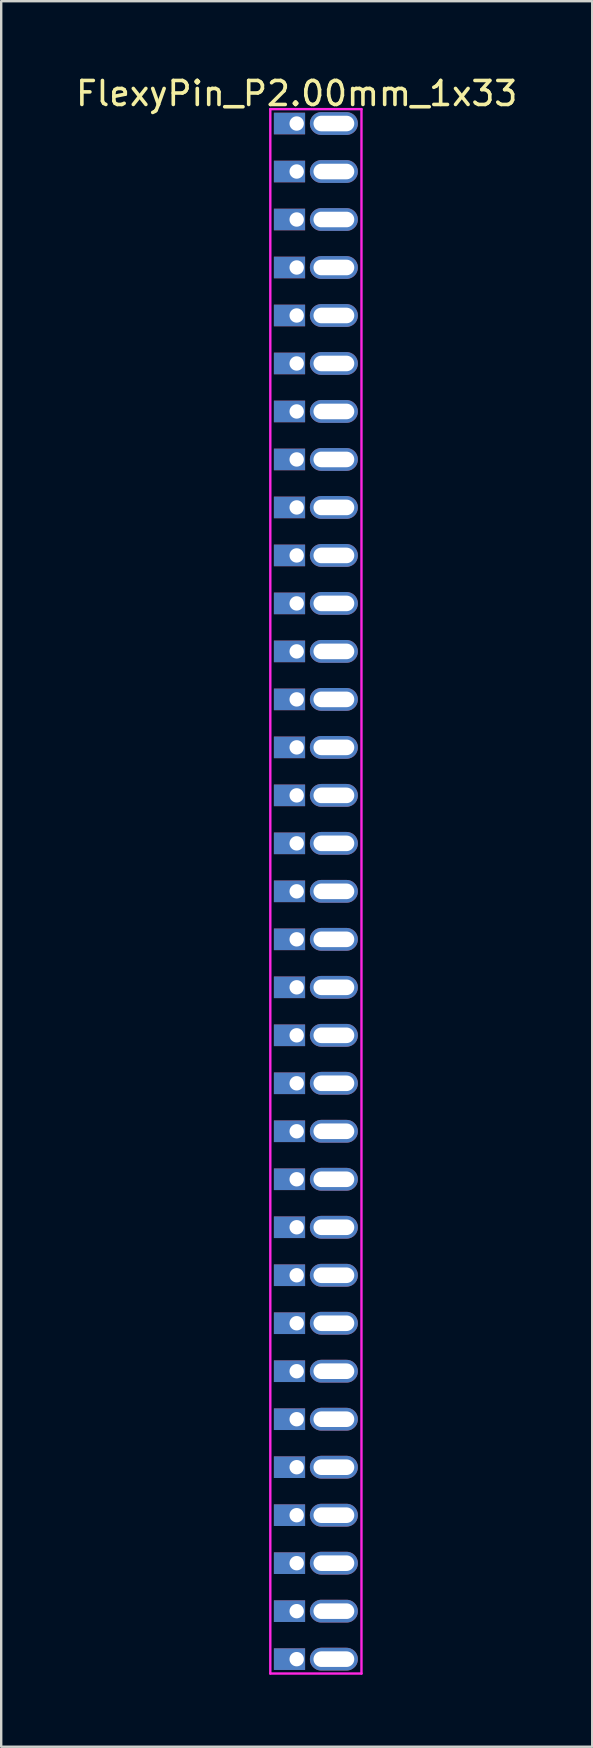
<source format=kicad_pcb>
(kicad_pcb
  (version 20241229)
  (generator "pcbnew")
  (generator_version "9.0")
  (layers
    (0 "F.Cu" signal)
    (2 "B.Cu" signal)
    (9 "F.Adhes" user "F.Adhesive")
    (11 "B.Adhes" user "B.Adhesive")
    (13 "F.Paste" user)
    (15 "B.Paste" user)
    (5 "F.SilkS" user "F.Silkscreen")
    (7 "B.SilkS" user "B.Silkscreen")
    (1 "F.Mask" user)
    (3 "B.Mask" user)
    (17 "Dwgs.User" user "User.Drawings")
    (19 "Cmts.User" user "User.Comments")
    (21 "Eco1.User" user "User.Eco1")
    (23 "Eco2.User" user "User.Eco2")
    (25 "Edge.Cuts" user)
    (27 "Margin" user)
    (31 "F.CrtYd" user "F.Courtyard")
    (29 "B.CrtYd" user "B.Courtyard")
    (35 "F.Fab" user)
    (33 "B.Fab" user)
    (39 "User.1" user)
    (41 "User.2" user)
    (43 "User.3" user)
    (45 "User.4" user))
  (footprint "FlexyPin_P2.00mm_1x33"
    (layer "F.Cu")
    (at 9.315 2.098)
    (property "Reference" "FlexyPin_P2.00mm_1x33" (at 0 -1.25 0) (layer "F.SilkS") (effects (font (size 1 1) (thickness 0.15))))
    (attr through_hole)
    (fp_line (start -1.1 -0.6) (end 2.7 -0.6) (stroke (width 0.1) (type solid)) (layer "F.CrtYd"))
    (fp_line (start -1.1 64.6) (end -1.1 -0.6) (stroke (width 0.1) (type solid)) (layer "F.CrtYd"))
    (fp_line (start 2.7 -0.6) (end 2.7 64.6) (stroke (width 0.1) (type solid)) (layer "F.CrtYd"))
    (fp_line (start 2.7 64.6) (end -1.1 64.6) (stroke (width 0.1) (type solid)) (layer "F.CrtYd"))
    (pad "" thru_hole oval (at 1.55 0) (size 2 0.95) (drill oval 1.7 0.65) (layers "*.Cu" "*.Mask"))
    (pad "" thru_hole oval (at 1.55 2) (size 2 0.95) (drill oval 1.7 0.65) (layers "*.Cu" "*.Mask"))
    (pad "" thru_hole oval (at 1.55 4) (size 2 0.95) (drill oval 1.7 0.65) (layers "*.Cu" "*.Mask"))
    (pad "" thru_hole oval (at 1.55 6) (size 2 0.95) (drill oval 1.7 0.65) (layers "*.Cu" "*.Mask"))
    (pad "" thru_hole oval (at 1.55 8) (size 2 0.95) (drill oval 1.7 0.65) (layers "*.Cu" "*.Mask"))
    (pad "" thru_hole oval (at 1.55 10) (size 2 0.95) (drill oval 1.7 0.65) (layers "*.Cu" "*.Mask"))
    (pad "" thru_hole oval (at 1.55 12) (size 2 0.95) (drill oval 1.7 0.65) (layers "*.Cu" "*.Mask"))
    (pad "" thru_hole oval (at 1.55 14) (size 2 0.95) (drill oval 1.7 0.65) (layers "*.Cu" "*.Mask"))
    (pad "" thru_hole oval (at 1.55 16) (size 2 0.95) (drill oval 1.7 0.65) (layers "*.Cu" "*.Mask"))
    (pad "" thru_hole oval (at 1.55 18) (size 2 0.95) (drill oval 1.7 0.65) (layers "*.Cu" "*.Mask"))
    (pad "" thru_hole oval (at 1.55 20) (size 2 0.95) (drill oval 1.7 0.65) (layers "*.Cu" "*.Mask"))
    (pad "" thru_hole oval (at 1.55 22) (size 2 0.95) (drill oval 1.7 0.65) (layers "*.Cu" "*.Mask"))
    (pad "" thru_hole oval (at 1.55 24) (size 2 0.95) (drill oval 1.7 0.65) (layers "*.Cu" "*.Mask"))
    (pad "" thru_hole oval (at 1.55 26) (size 2 0.95) (drill oval 1.7 0.65) (layers "*.Cu" "*.Mask"))
    (pad "" thru_hole oval (at 1.55 28) (size 2 0.95) (drill oval 1.7 0.65) (layers "*.Cu" "*.Mask"))
    (pad "" thru_hole oval (at 1.55 30) (size 2 0.95) (drill oval 1.7 0.65) (layers "*.Cu" "*.Mask"))
    (pad "" thru_hole oval (at 1.55 32) (size 2 0.95) (drill oval 1.7 0.65) (layers "*.Cu" "*.Mask"))
    (pad "" thru_hole oval (at 1.55 34) (size 2 0.95) (drill oval 1.7 0.65) (layers "*.Cu" "*.Mask"))
    (pad "" thru_hole oval (at 1.55 36) (size 2 0.95) (drill oval 1.7 0.65) (layers "*.Cu" "*.Mask"))
    (pad "" thru_hole oval (at 1.55 38) (size 2 0.95) (drill oval 1.7 0.65) (layers "*.Cu" "*.Mask"))
    (pad "" thru_hole oval (at 1.55 40) (size 2 0.95) (drill oval 1.7 0.65) (layers "*.Cu" "*.Mask"))
    (pad "" thru_hole oval (at 1.55 42) (size 2 0.95) (drill oval 1.7 0.65) (layers "*.Cu" "*.Mask"))
    (pad "" thru_hole oval (at 1.55 44) (size 2 0.95) (drill oval 1.7 0.65) (layers "*.Cu" "*.Mask"))
    (pad "" thru_hole oval (at 1.55 46) (size 2 0.95) (drill oval 1.7 0.65) (layers "*.Cu" "*.Mask"))
    (pad "" thru_hole oval (at 1.55 48) (size 2 0.95) (drill oval 1.7 0.65) (layers "*.Cu" "*.Mask"))
    (pad "" thru_hole oval (at 1.55 50) (size 2 0.95) (drill oval 1.7 0.65) (layers "*.Cu" "*.Mask"))
    (pad "" thru_hole oval (at 1.55 52) (size 2 0.95) (drill oval 1.7 0.65) (layers "*.Cu" "*.Mask"))
    (pad "" thru_hole oval (at 1.55 54) (size 2 0.95) (drill oval 1.7 0.65) (layers "*.Cu" "*.Mask"))
    (pad "" thru_hole oval (at 1.55 56) (size 2 0.95) (drill oval 1.7 0.65) (layers "*.Cu" "*.Mask"))
    (pad "" thru_hole oval (at 1.55 58) (size 2 0.95) (drill oval 1.7 0.65) (layers "*.Cu" "*.Mask"))
    (pad "" thru_hole oval (at 1.55 60) (size 2 0.95) (drill oval 1.7 0.65) (layers "*.Cu" "*.Mask"))
    (pad "" thru_hole oval (at 1.55 62) (size 2 0.95) (drill oval 1.7 0.65) (layers "*.Cu" "*.Mask"))
    (pad "" thru_hole oval (at 1.55 64) (size 2 0.95) (drill oval 1.7 0.65) (layers "*.Cu" "*.Mask"))
    (pad "1" thru_hole rect (at 0 0) (size 1.3 0.9) (drill 0.6 (offset -0.3 0)) (layers "*.Cu" "*.Mask"))
    (pad "2" thru_hole rect (at 0 2) (size 1.3 0.9) (drill 0.6 (offset -0.3 0)) (layers "*.Cu" "*.Mask"))
    (pad "3" thru_hole rect (at 0 4) (size 1.3 0.9) (drill 0.6 (offset -0.3 0)) (layers "*.Cu" "*.Mask"))
    (pad "4" thru_hole rect (at 0 6) (size 1.3 0.9) (drill 0.6 (offset -0.3 0)) (layers "*.Cu" "*.Mask"))
    (pad "5" thru_hole rect (at 0 8) (size 1.3 0.9) (drill 0.6 (offset -0.3 0)) (layers "*.Cu" "*.Mask"))
    (pad "6" thru_hole rect (at 0 10) (size 1.3 0.9) (drill 0.6 (offset -0.3 0)) (layers "*.Cu" "*.Mask"))
    (pad "7" thru_hole rect (at 0 12) (size 1.3 0.9) (drill 0.6 (offset -0.3 0)) (layers "*.Cu" "*.Mask"))
    (pad "8" thru_hole rect (at 0 14) (size 1.3 0.9) (drill 0.6 (offset -0.3 0)) (layers "*.Cu" "*.Mask"))
    (pad "9" thru_hole rect (at 0 16) (size 1.3 0.9) (drill 0.6 (offset -0.3 0)) (layers "*.Cu" "*.Mask"))
    (pad "10" thru_hole rect (at 0 18) (size 1.3 0.9) (drill 0.6 (offset -0.3 0)) (layers "*.Cu" "*.Mask"))
    (pad "11" thru_hole rect (at 0 20) (size 1.3 0.9) (drill 0.6 (offset -0.3 0)) (layers "*.Cu" "*.Mask"))
    (pad "12" thru_hole rect (at 0 22) (size 1.3 0.9) (drill 0.6 (offset -0.3 0)) (layers "*.Cu" "*.Mask"))
    (pad "13" thru_hole rect (at 0 24) (size 1.3 0.9) (drill 0.6 (offset -0.3 0)) (layers "*.Cu" "*.Mask"))
    (pad "14" thru_hole rect (at 0 26) (size 1.3 0.9) (drill 0.6 (offset -0.3 0)) (layers "*.Cu" "*.Mask"))
    (pad "15" thru_hole rect (at 0 28) (size 1.3 0.9) (drill 0.6 (offset -0.3 0)) (layers "*.Cu" "*.Mask"))
    (pad "16" thru_hole rect (at 0 30) (size 1.3 0.9) (drill 0.6 (offset -0.3 0)) (layers "*.Cu" "*.Mask"))
    (pad "17" thru_hole rect (at 0 32) (size 1.3 0.9) (drill 0.6 (offset -0.3 0)) (layers "*.Cu" "*.Mask"))
    (pad "18" thru_hole rect (at 0 34) (size 1.3 0.9) (drill 0.6 (offset -0.3 0)) (layers "*.Cu" "*.Mask"))
    (pad "19" thru_hole rect (at 0 36) (size 1.3 0.9) (drill 0.6 (offset -0.3 0)) (layers "*.Cu" "*.Mask"))
    (pad "20" thru_hole rect (at 0 38) (size 1.3 0.9) (drill 0.6 (offset -0.3 0)) (layers "*.Cu" "*.Mask"))
    (pad "21" thru_hole rect (at 0 40) (size 1.3 0.9) (drill 0.6 (offset -0.3 0)) (layers "*.Cu" "*.Mask"))
    (pad "22" thru_hole rect (at 0 42) (size 1.3 0.9) (drill 0.6 (offset -0.3 0)) (layers "*.Cu" "*.Mask"))
    (pad "23" thru_hole rect (at 0 44) (size 1.3 0.9) (drill 0.6 (offset -0.3 0)) (layers "*.Cu" "*.Mask"))
    (pad "24" thru_hole rect (at 0 46) (size 1.3 0.9) (drill 0.6 (offset -0.3 0)) (layers "*.Cu" "*.Mask"))
    (pad "25" thru_hole rect (at 0 48) (size 1.3 0.9) (drill 0.6 (offset -0.3 0)) (layers "*.Cu" "*.Mask"))
    (pad "26" thru_hole rect (at 0 50) (size 1.3 0.9) (drill 0.6 (offset -0.3 0)) (layers "*.Cu" "*.Mask"))
    (pad "27" thru_hole rect (at 0 52) (size 1.3 0.9) (drill 0.6 (offset -0.3 0)) (layers "*.Cu" "*.Mask"))
    (pad "28" thru_hole rect (at 0 54) (size 1.3 0.9) (drill 0.6 (offset -0.3 0)) (layers "*.Cu" "*.Mask"))
    (pad "29" thru_hole rect (at 0 56) (size 1.3 0.9) (drill 0.6 (offset -0.3 0)) (layers "*.Cu" "*.Mask"))
    (pad "30" thru_hole rect (at 0 58) (size 1.3 0.9) (drill 0.6 (offset -0.3 0)) (layers "*.Cu" "*.Mask"))
    (pad "31" thru_hole rect (at 0 60) (size 1.3 0.9) (drill 0.6 (offset -0.3 0)) (layers "*.Cu" "*.Mask"))
    (pad "32" thru_hole rect (at 0 62) (size 1.3 0.9) (drill 0.6 (offset -0.3 0)) (layers "*.Cu" "*.Mask"))
    (pad "33" thru_hole rect (at 0 64) (size 1.3 0.9) (drill 0.6 (offset -0.3 0)) (layers "*.Cu" "*.Mask")))
  (gr_rect
    (start -3 -3)
    (end 21.631 69.748)
    (stroke (width 0.1) (type default))
    (fill no)
    (layer "Edge.Cuts")))
</source>
